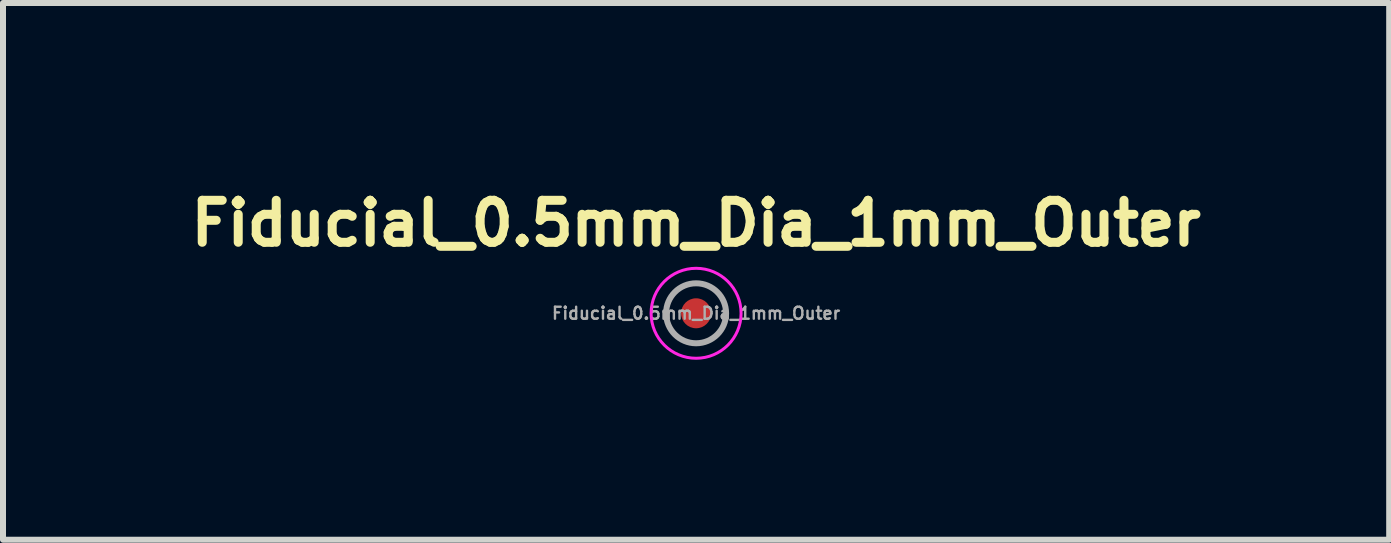
<source format=kicad_pcb>
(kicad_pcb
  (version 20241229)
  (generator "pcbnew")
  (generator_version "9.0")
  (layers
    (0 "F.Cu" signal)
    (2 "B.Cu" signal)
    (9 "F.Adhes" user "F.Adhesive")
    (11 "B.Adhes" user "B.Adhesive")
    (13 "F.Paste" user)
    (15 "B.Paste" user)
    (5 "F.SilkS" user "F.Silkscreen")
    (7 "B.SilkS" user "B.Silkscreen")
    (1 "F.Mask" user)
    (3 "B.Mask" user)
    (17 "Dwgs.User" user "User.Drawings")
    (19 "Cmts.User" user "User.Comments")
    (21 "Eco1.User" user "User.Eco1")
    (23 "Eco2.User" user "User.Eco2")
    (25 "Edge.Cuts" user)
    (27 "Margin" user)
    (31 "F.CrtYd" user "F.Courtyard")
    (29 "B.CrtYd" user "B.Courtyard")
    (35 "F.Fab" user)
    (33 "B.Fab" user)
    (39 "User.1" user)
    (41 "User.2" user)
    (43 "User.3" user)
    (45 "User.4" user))
  (footprint "Fiducial_0.5mm_Dia_1mm_Outer"
    (layer "F.Cu")
    (at 8.555 2.173)
    (property "Reference" "Fiducial_0.5mm_Dia_1mm_Outer" (at 0 -1.5 0) (layer "F.SilkS") (effects (font (size 0.7 0.7) (thickness 0.15))))
    (attr smd)
    (fp_circle (center 0 0) (end 0.75 0) (stroke (width 0.05) (type solid)) (fill no) (layer "F.CrtYd"))
    (fp_circle (center 0 0) (end 0.5 0) (stroke (width 0.1) (type solid)) (fill no) (layer "F.Fab"))
    (fp_text user "${REFERENCE}" (at 0 0 0) (layer "F.Fab") (effects (font (size 0.2 0.2) (thickness 0.04))))
    (pad "~" smd circle (at 0 0) (size 0.5 0.5) (layers "F.Cu" "F.Mask")))
  (gr_rect
    (start -3 -3)
    (end 20.11 5.948)
    (stroke (width 0.1) (type default))
    (fill no)
    (layer "Edge.Cuts")))
</source>
